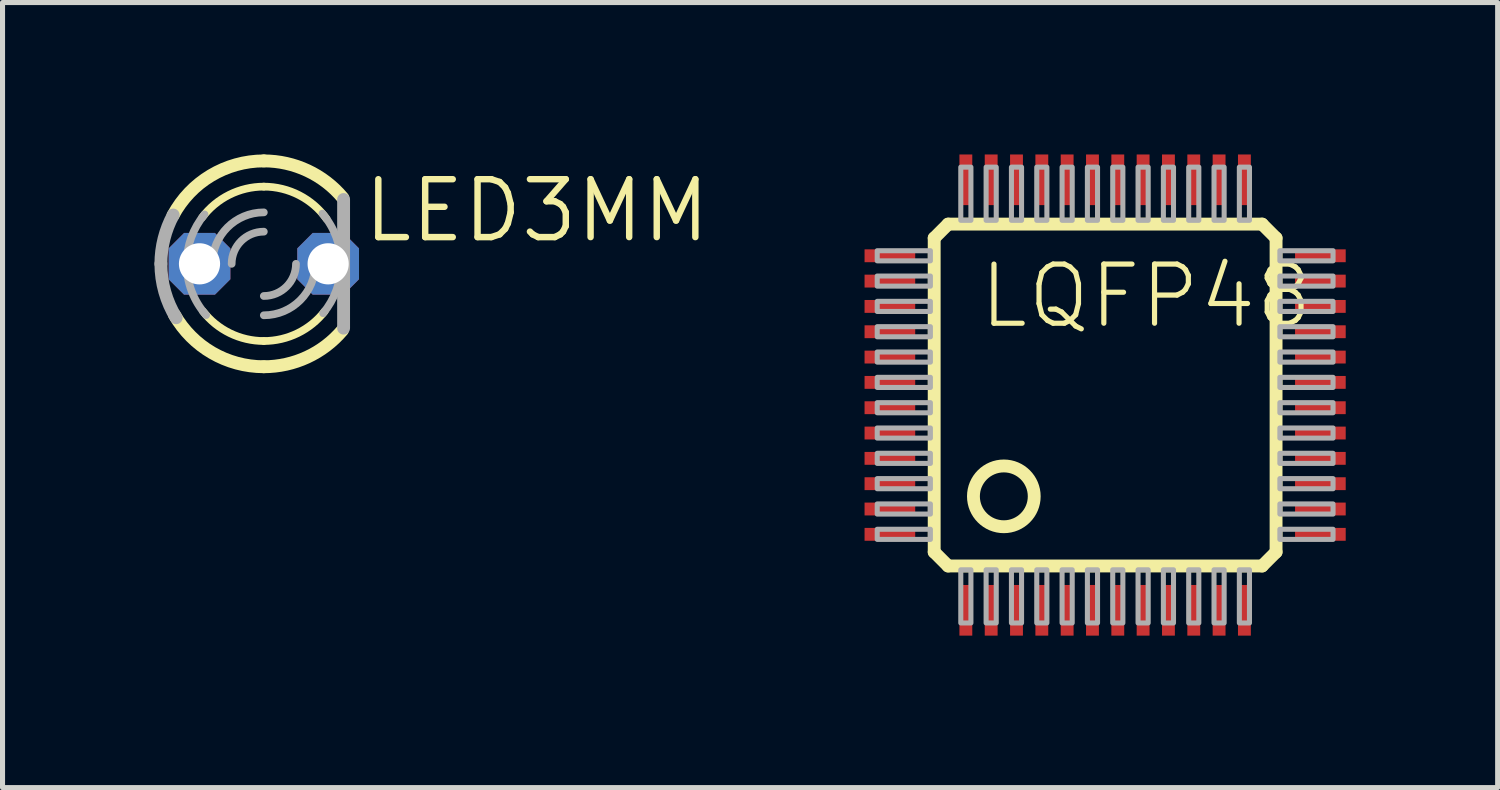
<source format=kicad_pcb>
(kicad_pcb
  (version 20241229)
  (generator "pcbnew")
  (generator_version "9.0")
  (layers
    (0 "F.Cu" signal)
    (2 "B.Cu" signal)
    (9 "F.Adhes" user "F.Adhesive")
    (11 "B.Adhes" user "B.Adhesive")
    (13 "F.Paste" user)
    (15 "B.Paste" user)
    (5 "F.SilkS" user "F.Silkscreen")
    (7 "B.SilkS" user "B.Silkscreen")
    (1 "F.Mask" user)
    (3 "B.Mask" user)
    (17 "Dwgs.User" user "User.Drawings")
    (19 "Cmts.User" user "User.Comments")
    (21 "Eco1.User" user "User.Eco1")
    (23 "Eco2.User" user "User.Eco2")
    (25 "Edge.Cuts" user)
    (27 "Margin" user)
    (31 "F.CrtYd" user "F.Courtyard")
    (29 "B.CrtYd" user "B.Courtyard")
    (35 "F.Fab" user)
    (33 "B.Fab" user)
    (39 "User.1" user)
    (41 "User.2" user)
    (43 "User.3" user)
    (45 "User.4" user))
  (footprint "LED3MM"
    (layer "F.Cu")
    (at 2.159 2.159)
    (property "Reference" "LED3MM" (at 1.905 -0.381 0) (layer "F.SilkS") (effects (font (size 1.143 1.143) (thickness 0.127)) (justify left bottom)))
    (fp_arc (start -1.7929 -0.9562) (mid -1.045438 -1.7424) (end 0 -2.032) (stroke (width 0.254) (type solid)) (layer "F.SilkS"))
    (fp_arc (start -1.2192 -0.9144) (mid -0.681554 -1.363107) (end 0 -1.524) (stroke (width 0.1524) (type solid)) (layer "F.SilkS"))
    (fp_arc (start 0 -2.032) (mid 0.861864 -1.840173) (end 1.561 -1.3009) (stroke (width 0.254) (type solid)) (layer "F.SilkS"))
    (fp_arc (start 0 -1.524) (mid 0.697339 -1.355082) (end 1.2401 -0.885801) (stroke (width 0.1524) (type solid)) (layer "F.SilkS"))
    (fp_arc (start 0 1.524) (mid -0.669593 1.369018) (end -1.203 0.9356) (stroke (width 0.1524) (type solid)) (layer "F.SilkS"))
    (fp_arc (start 0 2.032) (mid -1.019924 1.757525) (end -1.7643 1.0082) (stroke (width 0.254) (type solid)) (layer "F.SilkS"))
    (fp_arc (start 1.203 0.9356) (mid 0.669593 1.369018) (end 0 1.524) (stroke (width 0.1524) (type solid)) (layer "F.SilkS"))
    (fp_arc (start 1.5512 1.3126) (mid 0.854953 1.843405) (end 0 2.032) (stroke (width 0.254) (type solid)) (layer "F.SilkS"))
    (fp_line (start 1.575 1.27) (end 1.575 -1.27) (stroke (width 0.254) (type solid)) (layer "F.Fab"))
    (fp_arc (start -2.032 0) (mid -1.970339 -0.496775) (end -1.7891 -0.9634) (stroke (width 0.254) (type solid)) (layer "F.Fab"))
    (fp_arc (start -1.7306 1.065) (mid -1.95521 0.553417) (end -2.032 0) (stroke (width 0.254) (type solid)) (layer "F.Fab"))
    (fp_arc (start -1.524 0) (mid -1.432981 -0.518783) (end -1.1708 -0.9756) (stroke (width 0.1524) (type solid)) (layer "F.Fab"))
    (fp_arc (start -1.1391 1.0125) (mid -1.42454 0.5416) (end -1.524 0) (stroke (width 0.1524) (type solid)) (layer "F.Fab"))
    (fp_arc (start -1.016 0) (mid -0.71842 -0.71842) (end 0 -1.016) (stroke (width 0.1524) (type solid)) (layer "F.Fab"))
    (fp_arc (start -0.635 0) (mid -0.449013 -0.449013) (end 0 -0.635) (stroke (width 0.1524) (type solid)) (layer "F.Fab"))
    (fp_arc (start 0.635 0) (mid 0.449013 0.449013) (end 0 0.635) (stroke (width 0.1524) (type solid)) (layer "F.Fab"))
    (fp_arc (start 1.016 0) (mid 0.71842 0.71842) (end 0 1.016) (stroke (width 0.1524) (type solid)) (layer "F.Fab"))
    (fp_arc (start 1.1571 -0.9918) (mid 1.429332 -0.528744) (end 1.524 0) (stroke (width 0.1524) (type solid)) (layer "F.Fab"))
    (fp_arc (start 1.524 0) (mid 1.432981 0.518783) (end 1.1708 0.9756) (stroke (width 0.1524) (type solid)) (layer "F.Fab"))
    (pad "A" thru_hole roundrect (at -1.27 0) (size 1.219 1.219) (drill 0.813) (layers "*.Cu" "*.Mask") (roundrect_rratio 0.25) (chamfer_ratio 0.25) (chamfer top_left top_right bottom_left bottom_right))
    (pad "K" thru_hole roundrect (at 1.27 0) (size 1.219 1.219) (drill 0.813) (layers "*.Cu" "*.Mask") (roundrect_rratio 0.25) (chamfer_ratio 0.25) (chamfer top_left top_right bottom_left bottom_right)))
  (footprint "LQFP48"
    (layer "F.Cu")
    (at 18.77 4.75)
    (property "Reference" "LQFP48" (at -2.54 -1.27 0) (layer "F.SilkS") (effects (font (size 1.168 1.168) (thickness 0.102)) (justify left bottom)))
    (fp_line (start -3.375 -3.1) (end -3.1 -3.375) (stroke (width 0.254) (type solid)) (layer "F.SilkS"))
    (fp_line (start -3.375 3.1) (end -3.375 -3.1) (stroke (width 0.254) (type solid)) (layer "F.SilkS"))
    (fp_line (start -3.1 -3.375) (end 3.1 -3.375) (stroke (width 0.254) (type solid)) (layer "F.SilkS"))
    (fp_line (start -3.1 3.375) (end -3.375 3.1) (stroke (width 0.254) (type solid)) (layer "F.SilkS"))
    (fp_line (start 3.1 -3.375) (end 3.375 -3.1) (stroke (width 0.254) (type solid)) (layer "F.SilkS"))
    (fp_line (start 3.1 3.375) (end -3.1 3.375) (stroke (width 0.254) (type solid)) (layer "F.SilkS"))
    (fp_line (start 3.375 -3.1) (end 3.375 3.1) (stroke (width 0.254) (type solid)) (layer "F.SilkS"))
    (fp_line (start 3.375 3.1) (end 3.1 3.375) (stroke (width 0.254) (type solid)) (layer "F.SilkS"))
    (fp_circle (center -2 2) (end -1.4 2) (stroke (width 0.254) (type solid)) (fill no) (layer "F.SilkS"))
    (fp_poly (pts (xy -4.5 -2.65) (xy -3.45 -2.65) (xy -3.45 -2.85) (xy -4.5 -2.85)) (stroke (width 0.1) (type solid)) (fill no) (layer "F.Fab"))
    (fp_poly (pts (xy -4.5 -2.15) (xy -3.45 -2.15) (xy -3.45 -2.35) (xy -4.5 -2.35)) (stroke (width 0.1) (type solid)) (fill no) (layer "F.Fab"))
    (fp_poly (pts (xy -4.5 -1.65) (xy -3.45 -1.65) (xy -3.45 -1.85) (xy -4.5 -1.85)) (stroke (width 0.1) (type solid)) (fill no) (layer "F.Fab"))
    (fp_poly (pts (xy -4.5 -1.15) (xy -3.45 -1.15) (xy -3.45 -1.35) (xy -4.5 -1.35)) (stroke (width 0.1) (type solid)) (fill no) (layer "F.Fab"))
    (fp_poly (pts (xy -4.5 -0.65) (xy -3.45 -0.65) (xy -3.45 -0.85) (xy -4.5 -0.85)) (stroke (width 0.1) (type solid)) (fill no) (layer "F.Fab"))
    (fp_poly (pts (xy -4.5 -0.15) (xy -3.45 -0.15) (xy -3.45 -0.35) (xy -4.5 -0.35)) (stroke (width 0.1) (type solid)) (fill no) (layer "F.Fab"))
    (fp_poly (pts (xy -4.5 0.35) (xy -3.45 0.35) (xy -3.45 0.15) (xy -4.5 0.15)) (stroke (width 0.1) (type solid)) (fill no) (layer "F.Fab"))
    (fp_poly (pts (xy -4.5 0.85) (xy -3.45 0.85) (xy -3.45 0.65) (xy -4.5 0.65)) (stroke (width 0.1) (type solid)) (fill no) (layer "F.Fab"))
    (fp_poly (pts (xy -4.5 1.35) (xy -3.45 1.35) (xy -3.45 1.15) (xy -4.5 1.15)) (stroke (width 0.1) (type solid)) (fill no) (layer "F.Fab"))
    (fp_poly (pts (xy -4.5 1.85) (xy -3.45 1.85) (xy -3.45 1.65) (xy -4.5 1.65)) (stroke (width 0.1) (type solid)) (fill no) (layer "F.Fab"))
    (fp_poly (pts (xy -4.5 2.35) (xy -3.45 2.35) (xy -3.45 2.15) (xy -4.5 2.15)) (stroke (width 0.1) (type solid)) (fill no) (layer "F.Fab"))
    (fp_poly (pts (xy -4.5 2.85) (xy -3.45 2.85) (xy -3.45 2.65) (xy -4.5 2.65)) (stroke (width 0.1) (type solid)) (fill no) (layer "F.Fab"))
    (fp_poly (pts (xy -2.85 -3.45) (xy -2.65 -3.45) (xy -2.65 -4.5) (xy -2.85 -4.5)) (stroke (width 0.1) (type solid)) (fill no) (layer "F.Fab"))
    (fp_poly (pts (xy -2.85 4.5) (xy -2.65 4.5) (xy -2.65 3.45) (xy -2.85 3.45)) (stroke (width 0.1) (type solid)) (fill no) (layer "F.Fab"))
    (fp_poly (pts (xy -2.35 -3.45) (xy -2.15 -3.45) (xy -2.15 -4.5) (xy -2.35 -4.5)) (stroke (width 0.1) (type solid)) (fill no) (layer "F.Fab"))
    (fp_poly (pts (xy -2.35 4.5) (xy -2.15 4.5) (xy -2.15 3.45) (xy -2.35 3.45)) (stroke (width 0.1) (type solid)) (fill no) (layer "F.Fab"))
    (fp_poly (pts (xy -1.85 -3.45) (xy -1.65 -3.45) (xy -1.65 -4.5) (xy -1.85 -4.5)) (stroke (width 0.1) (type solid)) (fill no) (layer "F.Fab"))
    (fp_poly (pts (xy -1.85 4.5) (xy -1.65 4.5) (xy -1.65 3.45) (xy -1.85 3.45)) (stroke (width 0.1) (type solid)) (fill no) (layer "F.Fab"))
    (fp_poly (pts (xy -1.35 -3.45) (xy -1.15 -3.45) (xy -1.15 -4.5) (xy -1.35 -4.5)) (stroke (width 0.1) (type solid)) (fill no) (layer "F.Fab"))
    (fp_poly (pts (xy -1.35 4.5) (xy -1.15 4.5) (xy -1.15 3.45) (xy -1.35 3.45)) (stroke (width 0.1) (type solid)) (fill no) (layer "F.Fab"))
    (fp_poly (pts (xy -0.85 -3.45) (xy -0.65 -3.45) (xy -0.65 -4.5) (xy -0.85 -4.5)) (stroke (width 0.1) (type solid)) (fill no) (layer "F.Fab"))
    (fp_poly (pts (xy -0.85 4.5) (xy -0.65 4.5) (xy -0.65 3.45) (xy -0.85 3.45)) (stroke (width 0.1) (type solid)) (fill no) (layer "F.Fab"))
    (fp_poly (pts (xy -0.35 -3.45) (xy -0.15 -3.45) (xy -0.15 -4.5) (xy -0.35 -4.5)) (stroke (width 0.1) (type solid)) (fill no) (layer "F.Fab"))
    (fp_poly (pts (xy -0.35 4.5) (xy -0.15 4.5) (xy -0.15 3.45) (xy -0.35 3.45)) (stroke (width 0.1) (type solid)) (fill no) (layer "F.Fab"))
    (fp_poly (pts (xy 0.15 -3.45) (xy 0.35 -3.45) (xy 0.35 -4.5) (xy 0.15 -4.5)) (stroke (width 0.1) (type solid)) (fill no) (layer "F.Fab"))
    (fp_poly (pts (xy 0.15 4.5) (xy 0.35 4.5) (xy 0.35 3.45) (xy 0.15 3.45)) (stroke (width 0.1) (type solid)) (fill no) (layer "F.Fab"))
    (fp_poly (pts (xy 0.65 -3.45) (xy 0.85 -3.45) (xy 0.85 -4.5) (xy 0.65 -4.5)) (stroke (width 0.1) (type solid)) (fill no) (layer "F.Fab"))
    (fp_poly (pts (xy 0.65 4.5) (xy 0.85 4.5) (xy 0.85 3.45) (xy 0.65 3.45)) (stroke (width 0.1) (type solid)) (fill no) (layer "F.Fab"))
    (fp_poly (pts (xy 1.15 -3.45) (xy 1.35 -3.45) (xy 1.35 -4.5) (xy 1.15 -4.5)) (stroke (width 0.1) (type solid)) (fill no) (layer "F.Fab"))
    (fp_poly (pts (xy 1.15 4.5) (xy 1.35 4.5) (xy 1.35 3.45) (xy 1.15 3.45)) (stroke (width 0.1) (type solid)) (fill no) (layer "F.Fab"))
    (fp_poly (pts (xy 1.65 -3.45) (xy 1.85 -3.45) (xy 1.85 -4.5) (xy 1.65 -4.5)) (stroke (width 0.1) (type solid)) (fill no) (layer "F.Fab"))
    (fp_poly (pts (xy 1.65 4.5) (xy 1.85 4.5) (xy 1.85 3.45) (xy 1.65 3.45)) (stroke (width 0.1) (type solid)) (fill no) (layer "F.Fab"))
    (fp_poly (pts (xy 2.15 -3.45) (xy 2.35 -3.45) (xy 2.35 -4.5) (xy 2.15 -4.5)) (stroke (width 0.1) (type solid)) (fill no) (layer "F.Fab"))
    (fp_poly (pts (xy 2.15 4.5) (xy 2.35 4.5) (xy 2.35 3.45) (xy 2.15 3.45)) (stroke (width 0.1) (type solid)) (fill no) (layer "F.Fab"))
    (fp_poly (pts (xy 2.65 -3.45) (xy 2.85 -3.45) (xy 2.85 -4.5) (xy 2.65 -4.5)) (stroke (width 0.1) (type solid)) (fill no) (layer "F.Fab"))
    (fp_poly (pts (xy 2.65 4.5) (xy 2.85 4.5) (xy 2.85 3.45) (xy 2.65 3.45)) (stroke (width 0.1) (type solid)) (fill no) (layer "F.Fab"))
    (fp_poly (pts (xy 3.45 -2.65) (xy 4.5 -2.65) (xy 4.5 -2.85) (xy 3.45 -2.85)) (stroke (width 0.1) (type solid)) (fill no) (layer "F.Fab"))
    (fp_poly (pts (xy 3.45 -2.15) (xy 4.5 -2.15) (xy 4.5 -2.35) (xy 3.45 -2.35)) (stroke (width 0.1) (type solid)) (fill no) (layer "F.Fab"))
    (fp_poly (pts (xy 3.45 -1.65) (xy 4.5 -1.65) (xy 4.5 -1.85) (xy 3.45 -1.85)) (stroke (width 0.1) (type solid)) (fill no) (layer "F.Fab"))
    (fp_poly (pts (xy 3.45 -1.15) (xy 4.5 -1.15) (xy 4.5 -1.35) (xy 3.45 -1.35)) (stroke (width 0.1) (type solid)) (fill no) (layer "F.Fab"))
    (fp_poly (pts (xy 3.45 -0.65) (xy 4.5 -0.65) (xy 4.5 -0.85) (xy 3.45 -0.85)) (stroke (width 0.1) (type solid)) (fill no) (layer "F.Fab"))
    (fp_poly (pts (xy 3.45 -0.15) (xy 4.5 -0.15) (xy 4.5 -0.35) (xy 3.45 -0.35)) (stroke (width 0.1) (type solid)) (fill no) (layer "F.Fab"))
    (fp_poly (pts (xy 3.45 0.35) (xy 4.5 0.35) (xy 4.5 0.15) (xy 3.45 0.15)) (stroke (width 0.1) (type solid)) (fill no) (layer "F.Fab"))
    (fp_poly (pts (xy 3.45 0.85) (xy 4.5 0.85) (xy 4.5 0.65) (xy 3.45 0.65)) (stroke (width 0.1) (type solid)) (fill no) (layer "F.Fab"))
    (fp_poly (pts (xy 3.45 1.35) (xy 4.5 1.35) (xy 4.5 1.15) (xy 3.45 1.15)) (stroke (width 0.1) (type solid)) (fill no) (layer "F.Fab"))
    (fp_poly (pts (xy 3.45 1.85) (xy 4.5 1.85) (xy 4.5 1.65) (xy 3.45 1.65)) (stroke (width 0.1) (type solid)) (fill no) (layer "F.Fab"))
    (fp_poly (pts (xy 3.45 2.35) (xy 4.5 2.35) (xy 4.5 2.15) (xy 3.45 2.15)) (stroke (width 0.1) (type solid)) (fill no) (layer "F.Fab"))
    (fp_poly (pts (xy 3.45 2.85) (xy 4.5 2.85) (xy 4.5 2.65) (xy 3.45 2.65)) (stroke (width 0.1) (type solid)) (fill no) (layer "F.Fab"))
    (pad "1" smd rect (at -2.75 4.25) (size 0.254 1) (layers "F.Cu" "F.Mask" "F.Paste"))
    (pad "2" smd rect (at -2.25 4.25) (size 0.254 1) (layers "F.Cu" "F.Mask" "F.Paste"))
    (pad "3" smd rect (at -1.75 4.25) (size 0.254 1) (layers "F.Cu" "F.Mask" "F.Paste"))
    (pad "4" smd rect (at -1.25 4.25) (size 0.254 1) (layers "F.Cu" "F.Mask" "F.Paste"))
    (pad "5" smd rect (at -0.75 4.25) (size 0.254 1) (layers "F.Cu" "F.Mask" "F.Paste"))
    (pad "6" smd rect (at -0.25 4.25) (size 0.254 1) (layers "F.Cu" "F.Mask" "F.Paste"))
    (pad "7" smd rect (at 0.25 4.25) (size 0.254 1) (layers "F.Cu" "F.Mask" "F.Paste"))
    (pad "8" smd rect (at 0.75 4.25) (size 0.254 1) (layers "F.Cu" "F.Mask" "F.Paste"))
    (pad "9" smd rect (at 1.25 4.25) (size 0.254 1) (layers "F.Cu" "F.Mask" "F.Paste"))
    (pad "10" smd rect (at 1.75 4.25) (size 0.254 1) (layers "F.Cu" "F.Mask" "F.Paste"))
    (pad "11" smd rect (at 2.25 4.25) (size 0.254 1) (layers "F.Cu" "F.Mask" "F.Paste"))
    (pad "12" smd rect (at 2.75 4.25) (size 0.254 1) (layers "F.Cu" "F.Mask" "F.Paste"))
    (pad "13" smd rect (at 4.25 2.75) (size 1 0.254) (layers "F.Cu" "F.Mask" "F.Paste"))
    (pad "14" smd rect (at 4.25 2.25) (size 1 0.254) (layers "F.Cu" "F.Mask" "F.Paste"))
    (pad "15" smd rect (at 4.25 1.75) (size 1 0.254) (layers "F.Cu" "F.Mask" "F.Paste"))
    (pad "16" smd rect (at 4.25 1.25) (size 1 0.254) (layers "F.Cu" "F.Mask" "F.Paste"))
    (pad "17" smd rect (at 4.25 0.75) (size 1 0.254) (layers "F.Cu" "F.Mask" "F.Paste"))
    (pad "18" smd rect (at 4.25 0.25) (size 1 0.254) (layers "F.Cu" "F.Mask" "F.Paste"))
    (pad "19" smd rect (at 4.25 -0.25) (size 1 0.254) (layers "F.Cu" "F.Mask" "F.Paste"))
    (pad "20" smd rect (at 4.25 -0.75) (size 1 0.254) (layers "F.Cu" "F.Mask" "F.Paste"))
    (pad "21" smd rect (at 4.25 -1.25) (size 1 0.254) (layers "F.Cu" "F.Mask" "F.Paste"))
    (pad "22" smd rect (at 4.25 -1.75) (size 1 0.254) (layers "F.Cu" "F.Mask" "F.Paste"))
    (pad "23" smd rect (at 4.25 -2.25) (size 1 0.254) (layers "F.Cu" "F.Mask" "F.Paste"))
    (pad "24" smd rect (at 4.25 -2.75) (size 1 0.254) (layers "F.Cu" "F.Mask" "F.Paste"))
    (pad "25" smd rect (at 2.75 -4.25) (size 0.254 1) (layers "F.Cu" "F.Mask" "F.Paste"))
    (pad "26" smd rect (at 2.25 -4.25) (size 0.254 1) (layers "F.Cu" "F.Mask" "F.Paste"))
    (pad "27" smd rect (at 1.75 -4.25) (size 0.254 1) (layers "F.Cu" "F.Mask" "F.Paste"))
    (pad "28" smd rect (at 1.25 -4.25) (size 0.254 1) (layers "F.Cu" "F.Mask" "F.Paste"))
    (pad "29" smd rect (at 0.75 -4.25) (size 0.254 1) (layers "F.Cu" "F.Mask" "F.Paste"))
    (pad "30" smd rect (at 0.25 -4.25) (size 0.254 1) (layers "F.Cu" "F.Mask" "F.Paste"))
    (pad "31" smd rect (at -0.25 -4.25) (size 0.254 1) (layers "F.Cu" "F.Mask" "F.Paste"))
    (pad "32" smd rect (at -0.75 -4.25) (size 0.254 1) (layers "F.Cu" "F.Mask" "F.Paste"))
    (pad "33" smd rect (at -1.25 -4.25) (size 0.254 1) (layers "F.Cu" "F.Mask" "F.Paste"))
    (pad "34" smd rect (at -1.75 -4.25) (size 0.254 1) (layers "F.Cu" "F.Mask" "F.Paste"))
    (pad "35" smd rect (at -2.25 -4.25) (size 0.254 1) (layers "F.Cu" "F.Mask" "F.Paste"))
    (pad "36" smd rect (at -2.75 -4.25) (size 0.254 1) (layers "F.Cu" "F.Mask" "F.Paste"))
    (pad "37" smd rect (at -4.25 -2.75) (size 1 0.254) (layers "F.Cu" "F.Mask" "F.Paste"))
    (pad "38" smd rect (at -4.25 -2.25) (size 1 0.254) (layers "F.Cu" "F.Mask" "F.Paste"))
    (pad "39" smd rect (at -4.25 -1.75) (size 1 0.254) (layers "F.Cu" "F.Mask" "F.Paste"))
    (pad "40" smd rect (at -4.25 -1.25) (size 1 0.254) (layers "F.Cu" "F.Mask" "F.Paste"))
    (pad "41" smd rect (at -4.25 -0.75) (size 1 0.254) (layers "F.Cu" "F.Mask" "F.Paste"))
    (pad "42" smd rect (at -4.25 -0.25) (size 1 0.254) (layers "F.Cu" "F.Mask" "F.Paste"))
    (pad "43" smd rect (at -4.25 0.25) (size 1 0.254) (layers "F.Cu" "F.Mask" "F.Paste"))
    (pad "44" smd rect (at -4.25 0.75) (size 1 0.254) (layers "F.Cu" "F.Mask" "F.Paste"))
    (pad "45" smd rect (at -4.25 1.25) (size 1 0.254) (layers "F.Cu" "F.Mask" "F.Paste"))
    (pad "46" smd rect (at -4.25 1.75) (size 1 0.254) (layers "F.Cu" "F.Mask" "F.Paste"))
    (pad "47" smd rect (at -4.25 2.25) (size 1 0.254) (layers "F.Cu" "F.Mask" "F.Paste"))
    (pad "48" smd rect (at -4.25 2.75) (size 1 0.254) (layers "F.Cu" "F.Mask" "F.Paste")))
  (gr_rect
    (start -3 -3)
    (end 26.52 12.5)
    (stroke (width 0.1) (type default))
    (fill no)
    (layer "Edge.Cuts")))
</source>
